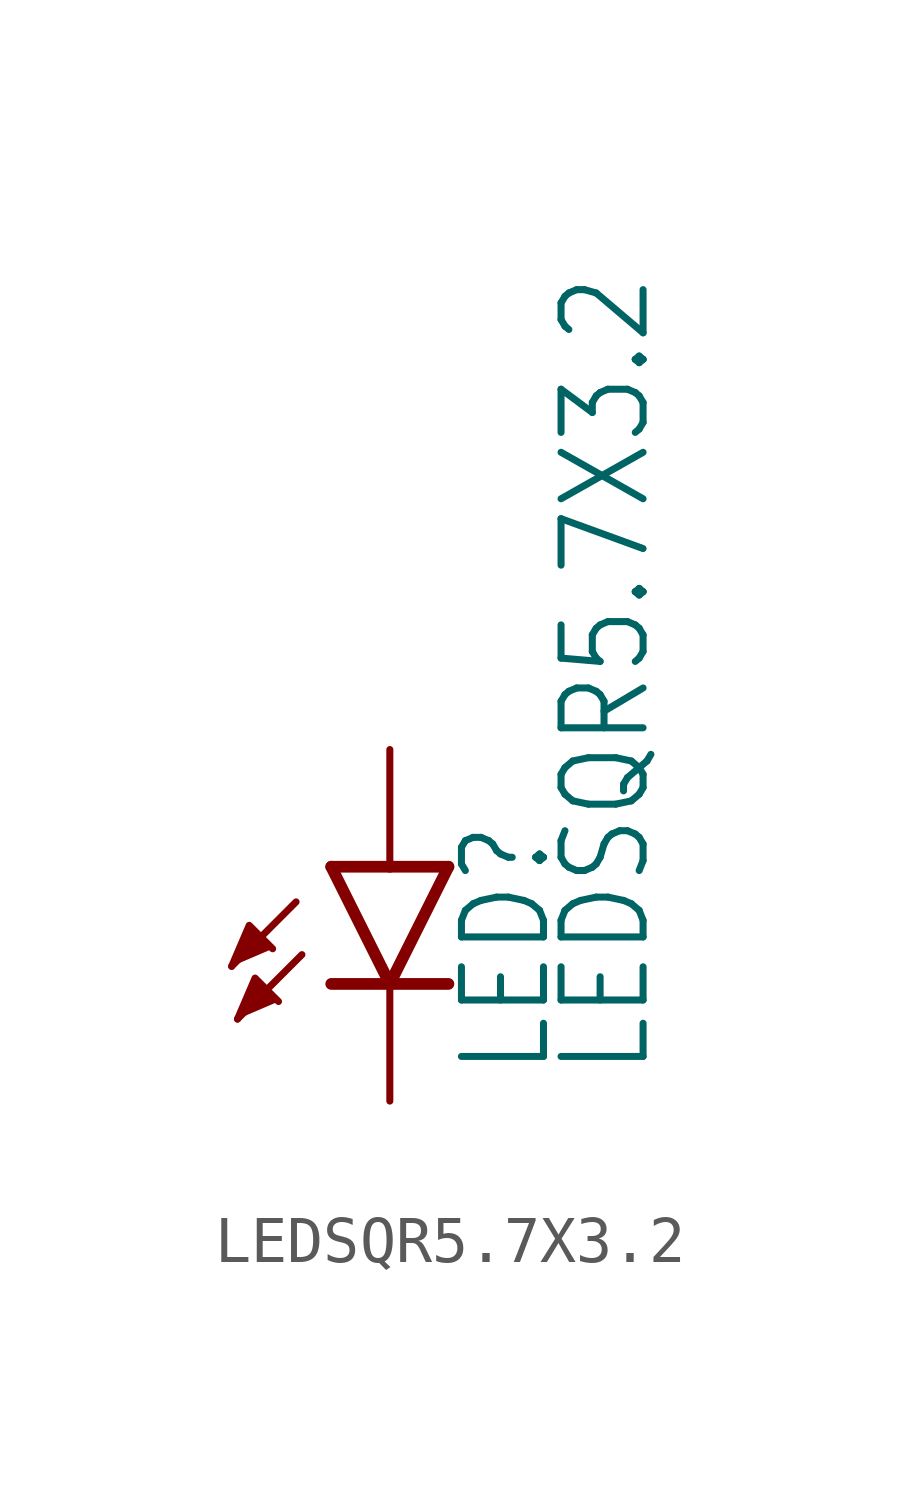
<source format=kicad_sym>
(kicad_symbol_lib
  (version 20210619)
  (generator kicad_symbol_editor)
  (symbol "LEDSQR5.7X3.2"
    (property "Reference" "LED"
      (at 3.556 -4.572 90)
      (effects (font (size 1.778 1.511)) (justify left bottom)))
    (property "Value" "LEDSQR5.7X3.2"
      (at 5.715 -4.572 90)
      (effects (font (size 1.778 1.511)) (justify left bottom)))
    (property "ki_locked" ""
      (at 0 0 0)
      (effects (font (size 1.27 1.27))))
    (symbol "LEDSQR5.7X3.2_1_0"
      (polyline (pts (xy -2.032 -0.762) (xy -3.429 -2.159)) (stroke (width 0.152)) (fill (type none)))
      (polyline (pts (xy -1.905 -1.905) (xy -3.302 -3.302)) (stroke (width 0.152)) (fill (type none)))
      (polyline (pts (xy 0 -2.54) (xy -1.27 -2.54)) (stroke (width 0.254)) (fill (type none)))
      (polyline (pts (xy 0 -2.54) (xy -1.27 0)) (stroke (width 0.254)) (fill (type none)))
      (polyline (pts (xy 0 0) (xy -1.27 0)) (stroke (width 0.254)) (fill (type none)))
      (polyline (pts (xy 1.27 -2.54) (xy 0 -2.54)) (stroke (width 0.254)) (fill (type none)))
      (polyline (pts (xy 1.27 0) (xy 0 -2.54)) (stroke (width 0.254)) (fill (type none)))
      (polyline (pts (xy 1.27 0) (xy 0 0)) (stroke (width 0.254)) (fill (type none)))
      (polyline (pts (xy -3.429 -2.159) (xy -3.048 -1.27) (xy -2.54 -1.778)) (stroke (width 0)) (fill (type outline)))
      (polyline (pts (xy -3.302 -3.302) (xy -2.921 -2.413) (xy -2.413 -2.921)) (stroke (width 0)) (fill (type outline)))
      (pin passive line (at 0 2.54 270) (length 2.54) (name "A" (effects (font (size 0 0)))) (number "A" (effects (font (size 0 0)))))
      (pin passive line (at 0 -5.08 90) (length 2.54) (name "C" (effects (font (size 0 0)))) (number "K" (effects (font (size 0 0))))))))
</source>
